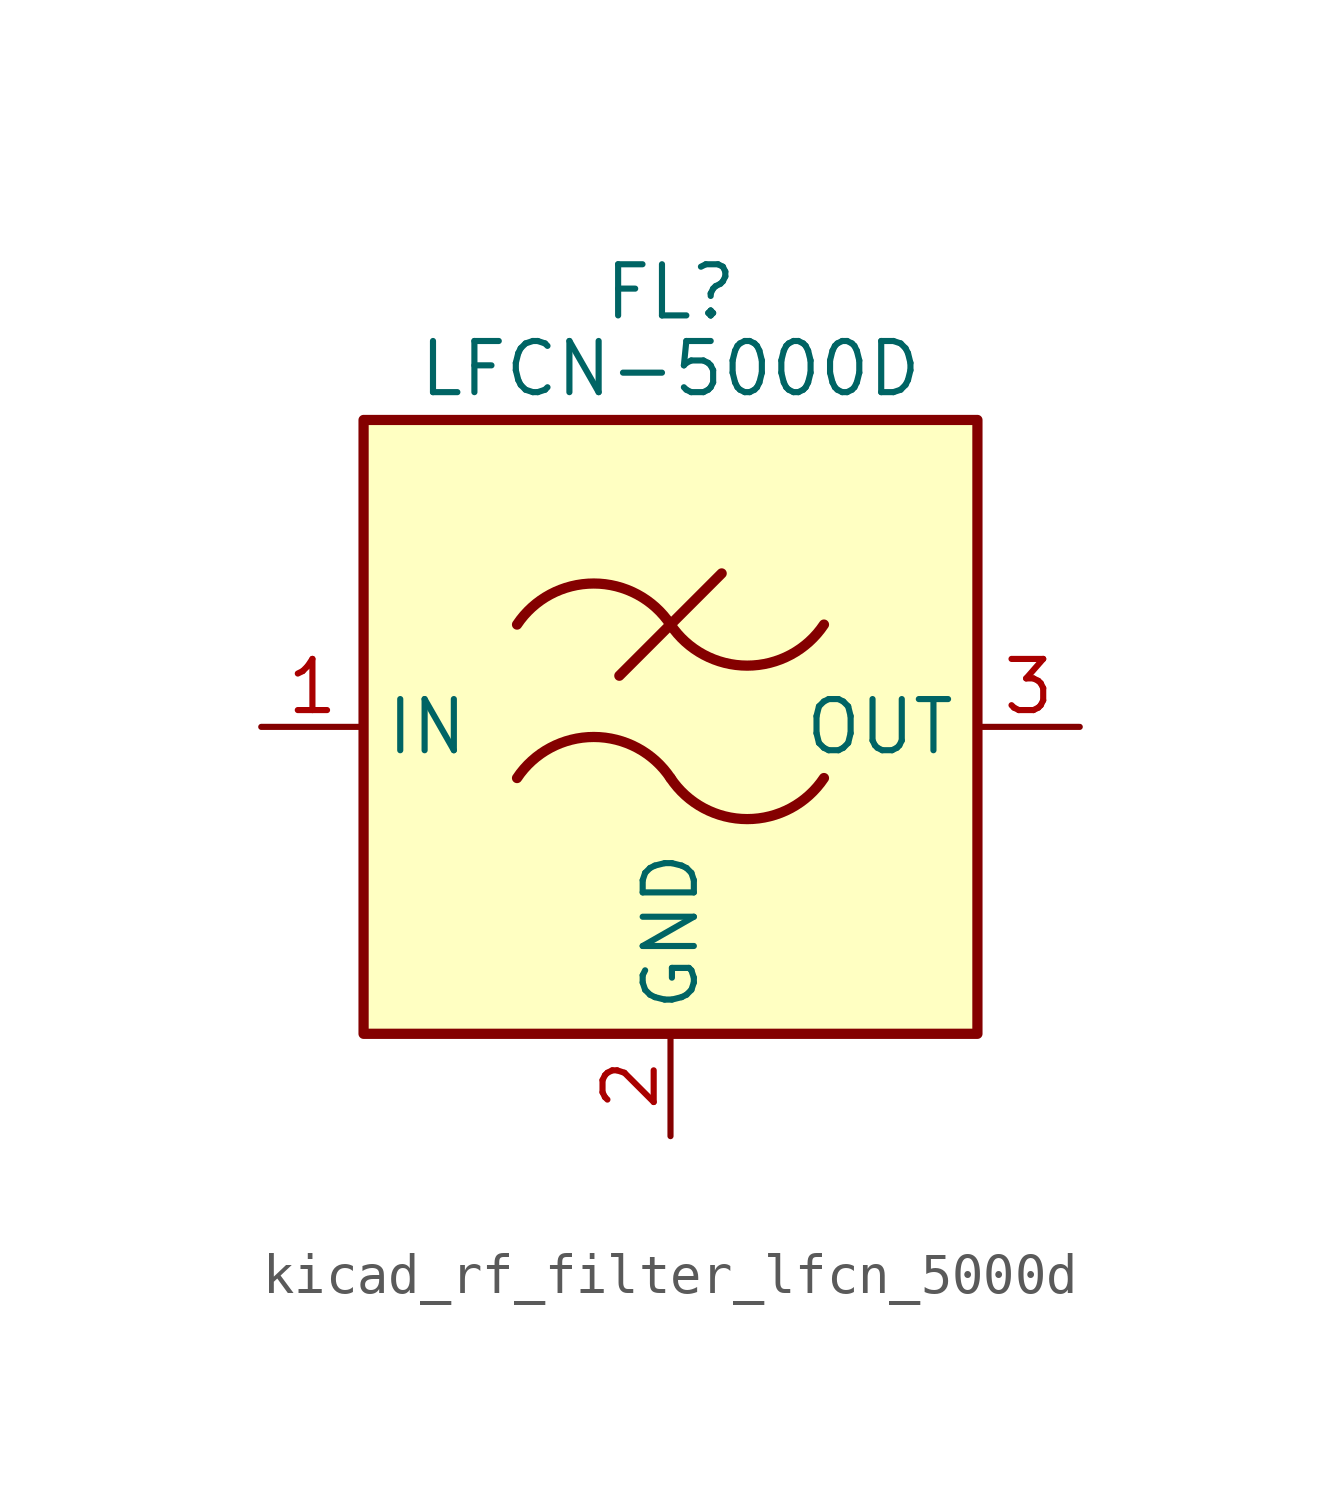
<source format=kicad_sym>
(kicad_symbol_lib
  (version 20220914)
  (generator kicad_symbol_editor)
  (symbol "kicad_rf_filter_lfcn_5000d"
    (property "Reference" "FL"
      (at 0 10.795 0)
      (effects (font (size 1.27 1.27))))
    (property "Value" "LFCN-5000D"
      (at 0 8.89 0)
      (effects (font (size 1.27 1.27))))
    (symbol "kicad_rf_filter_lfcn_5000d_0_1"
      (rectangle (start -7.62 7.62) (end 7.62 -7.62) (stroke (width 0.254) (type default)) (fill (type background)))
      (arc (start 0 -1.27) (mid -1.905 -0.2505) (end -3.81 -1.27) (stroke (width 0.254) (type default)) (fill (type none)))
      (arc (start 0 -1.27) (mid 1.905 -2.2895) (end 3.81 -1.27) (stroke (width 0.254) (type default)) (fill (type none)))
      (polyline (pts (xy -1.27 1.27) (xy 1.27 3.81)) (stroke (width 0.254) (type default)) (fill (type none)))
      (arc (start 0 2.54) (mid -1.905 3.5595) (end -3.81 2.54) (stroke (width 0.254) (type default)) (fill (type none)))
      (arc (start 0 2.54) (mid 1.905 1.5205) (end 3.81 2.54) (stroke (width 0.254) (type default)) (fill (type none))))
    (symbol "kicad_rf_filter_lfcn_5000d_1_1"
      (pin passive line (at -10.16 0 0) (length 2.54) (name "IN" (effects (font (size 1.27 1.27)))) (number "1" (effects (font (size 1.27 1.27)))))
      (pin passive line (at 0 -10.16 90) (length 2.54) (name "GND" (effects (font (size 1.27 1.27)))) (number "2" (effects (font (size 1.27 1.27)))))
      (pin passive line (at 10.16 0 180) (length 2.54) (name "OUT" (effects (font (size 1.27 1.27)))) (number "3" (effects (font (size 1.27 1.27)))))
      (pin passive line (at 0 -10.16 90) (length 2.54) hide (name "GND" (effects (font (size 1.27 1.27)))) (number "4" (effects (font (size 1.27 1.27))))))))
</source>
